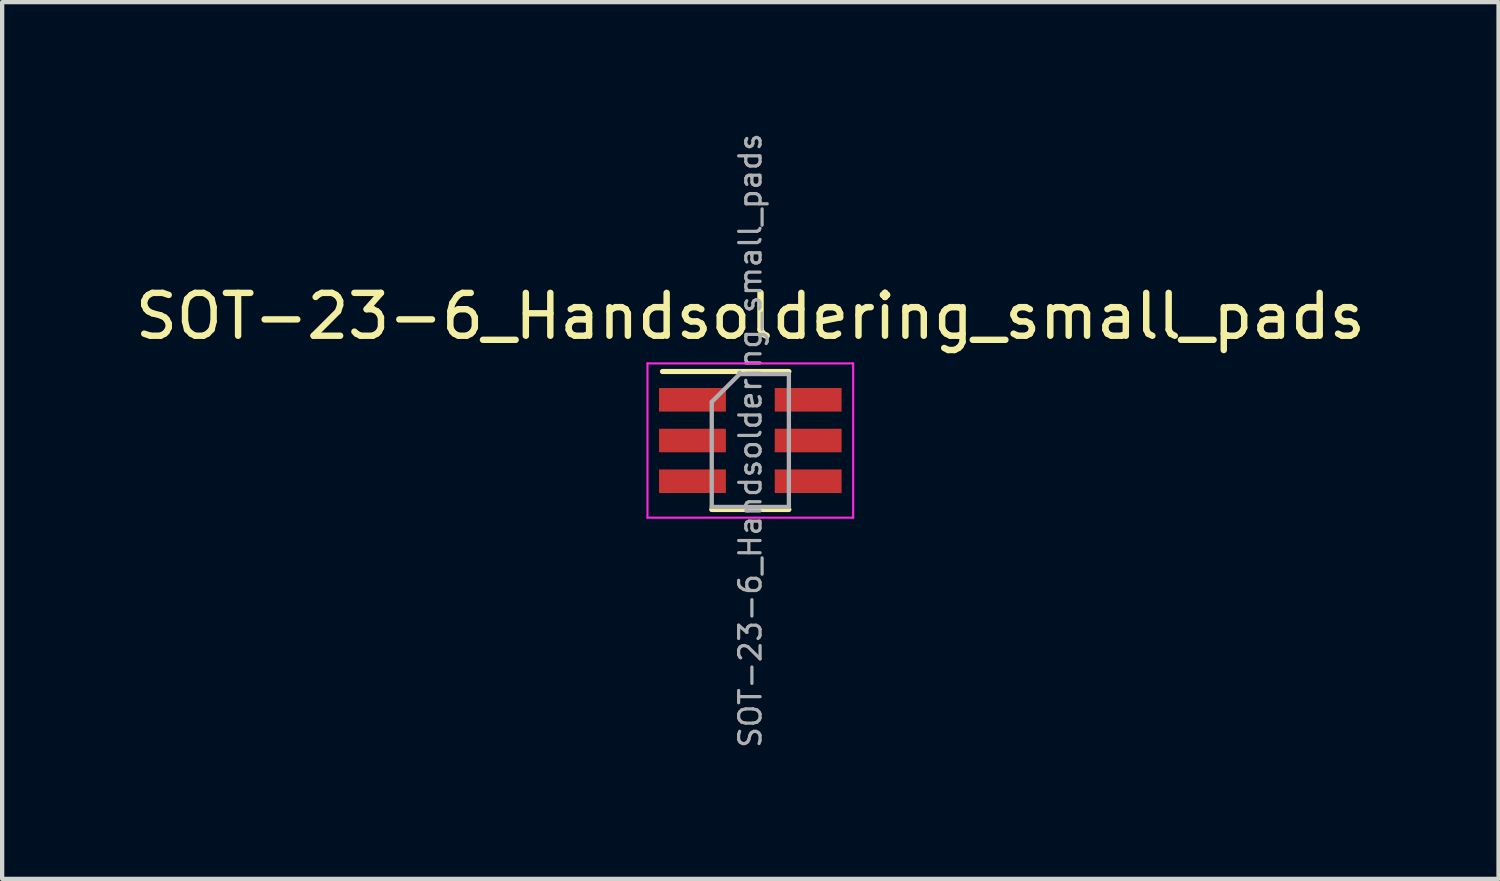
<source format=kicad_pcb>
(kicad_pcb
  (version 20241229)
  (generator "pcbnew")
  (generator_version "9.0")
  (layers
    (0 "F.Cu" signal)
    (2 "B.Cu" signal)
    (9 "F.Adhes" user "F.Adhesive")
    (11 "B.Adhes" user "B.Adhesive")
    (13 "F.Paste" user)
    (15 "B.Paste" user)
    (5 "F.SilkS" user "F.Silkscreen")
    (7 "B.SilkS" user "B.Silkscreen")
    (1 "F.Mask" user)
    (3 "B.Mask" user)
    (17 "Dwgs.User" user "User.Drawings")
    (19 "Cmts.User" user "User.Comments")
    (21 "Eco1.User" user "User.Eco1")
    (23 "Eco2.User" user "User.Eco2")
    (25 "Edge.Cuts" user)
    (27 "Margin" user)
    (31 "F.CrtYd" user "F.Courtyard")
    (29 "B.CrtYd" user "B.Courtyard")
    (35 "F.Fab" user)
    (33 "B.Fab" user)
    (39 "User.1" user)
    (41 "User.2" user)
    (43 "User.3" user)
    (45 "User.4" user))
  (footprint "SOT-23-6_Handsoldering_small_pads"
    (layer "F.Cu")
    (at 14.458 7.229)
    (property "Reference" "SOT-23-6_Handsoldering_small_pads" (at 0 -2.9 0) (layer "F.SilkS") (effects (font (size 1 1) (thickness 0.15))))
    (attr smd)
    (fp_line (start -0.9 1.61) (end 0.9 1.61) (stroke (width 0.12) (type solid)) (layer "F.SilkS"))
    (fp_line (start 0.9 -1.61) (end -2.05 -1.61) (stroke (width 0.12) (type solid)) (layer "F.SilkS"))
    (fp_line (start -2.4 -1.8) (end 2.4 -1.8) (stroke (width 0.05) (type solid)) (layer "F.CrtYd"))
    (fp_line (start -2.4 1.8) (end -2.4 -1.8) (stroke (width 0.05) (type solid)) (layer "F.CrtYd"))
    (fp_line (start 2.4 -1.8) (end 2.4 1.8) (stroke (width 0.05) (type solid)) (layer "F.CrtYd"))
    (fp_line (start 2.4 1.8) (end -2.4 1.8) (stroke (width 0.05) (type solid)) (layer "F.CrtYd"))
    (fp_line (start -0.9 -0.9) (end -0.9 1.55) (stroke (width 0.1) (type solid)) (layer "F.Fab"))
    (fp_line (start -0.9 -0.9) (end -0.25 -1.55) (stroke (width 0.1) (type solid)) (layer "F.Fab"))
    (fp_line (start 0.9 -1.55) (end -0.25 -1.55) (stroke (width 0.1) (type solid)) (layer "F.Fab"))
    (fp_line (start 0.9 -1.55) (end 0.9 1.55) (stroke (width 0.1) (type solid)) (layer "F.Fab"))
    (fp_line (start 0.9 1.55) (end -0.9 1.55) (stroke (width 0.1) (type solid)) (layer "F.Fab"))
    (fp_text user "${REFERENCE}" (at 0 0 90) (layer "F.Fab") (effects (font (size 0.5 0.5) (thickness 0.075))))
    (pad "1" smd rect (at -1.35 -0.95) (size 1.56 0.55) (layers "F.Cu" "F.Mask" "F.Paste"))
    (pad "2" smd rect (at -1.35 0) (size 1.56 0.55) (layers "F.Cu" "F.Mask" "F.Paste"))
    (pad "3" smd rect (at -1.35 0.95) (size 1.56 0.55) (layers "F.Cu" "F.Mask" "F.Paste"))
    (pad "4" smd rect (at 1.35 0.95) (size 1.56 0.55) (layers "F.Cu" "F.Mask" "F.Paste"))
    (pad "5" smd rect (at 1.35 0) (size 1.56 0.55) (layers "F.Cu" "F.Mask" "F.Paste"))
    (pad "6" smd rect (at 1.35 -0.95) (size 1.56 0.55) (layers "F.Cu" "F.Mask" "F.Paste")))
  (gr_rect
    (start -3 -3)
    (end 31.917 17.458)
    (stroke (width 0.1) (type default))
    (fill no)
    (layer "Edge.Cuts")))
</source>
